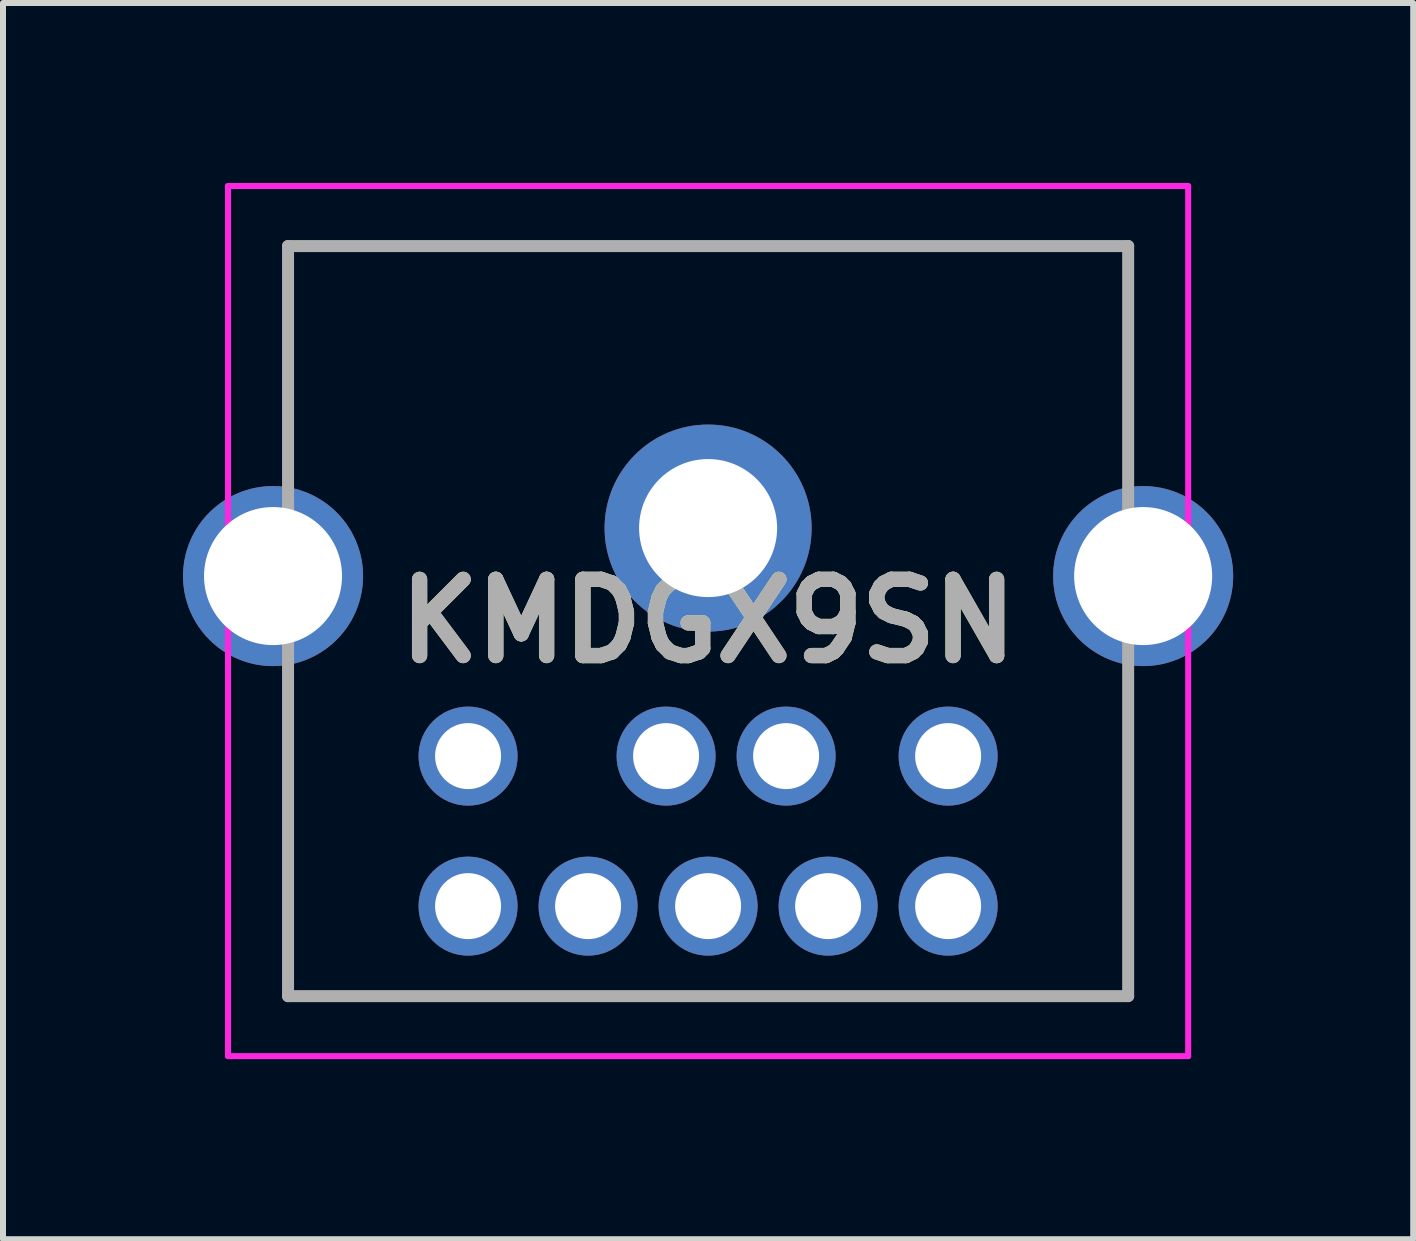
<source format=kicad_pcb>
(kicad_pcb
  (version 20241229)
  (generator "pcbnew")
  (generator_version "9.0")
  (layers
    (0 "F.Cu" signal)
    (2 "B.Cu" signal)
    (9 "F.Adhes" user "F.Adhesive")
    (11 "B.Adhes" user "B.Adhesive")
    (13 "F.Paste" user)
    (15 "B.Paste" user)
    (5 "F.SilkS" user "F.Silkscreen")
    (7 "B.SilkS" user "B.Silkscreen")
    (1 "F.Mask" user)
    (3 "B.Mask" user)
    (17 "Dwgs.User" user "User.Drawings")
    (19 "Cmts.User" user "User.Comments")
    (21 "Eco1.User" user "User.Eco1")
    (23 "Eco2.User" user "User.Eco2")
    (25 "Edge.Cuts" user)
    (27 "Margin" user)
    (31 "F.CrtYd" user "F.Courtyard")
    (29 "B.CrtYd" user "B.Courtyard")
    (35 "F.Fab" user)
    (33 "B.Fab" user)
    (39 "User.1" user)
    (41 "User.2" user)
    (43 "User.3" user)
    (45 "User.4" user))
  (footprint "KMDGX9SN"
    (layer "F.Cu")
    (at 4.75 12.05)
    (property "Reference" "KMDGX9SN" (at 4 -4.75 0) (layer "F.SilkS") (effects (font (size 1.27 1.27) (thickness 0.254))))
    (attr through_hole)
    (fp_line (start -3 -11) (end 11 -11) (stroke (width 0.1) (type solid)) (layer "F.SilkS"))
    (fp_line (start -3 1.5) (end -3 -11) (stroke (width 0.1) (type solid)) (layer "F.SilkS"))
    (fp_line (start 11 -11) (end 11 1.5) (stroke (width 0.1) (type solid)) (layer "F.SilkS"))
    (fp_line (start 11 1.5) (end -3 1.5) (stroke (width 0.1) (type solid)) (layer "F.SilkS"))
    (fp_line (start -4 -12) (end 12 -12) (stroke (width 0.1) (type solid)) (layer "F.CrtYd"))
    (fp_line (start -4 2.5) (end -4 -12) (stroke (width 0.1) (type solid)) (layer "F.CrtYd"))
    (fp_line (start 12 -12) (end 12 2.5) (stroke (width 0.1) (type solid)) (layer "F.CrtYd"))
    (fp_line (start 12 2.5) (end -4 2.5) (stroke (width 0.1) (type solid)) (layer "F.CrtYd"))
    (fp_line (start -3 -11) (end 11 -11) (stroke (width 0.2) (type solid)) (layer "F.Fab"))
    (fp_line (start -3 1.5) (end -3 -11) (stroke (width 0.2) (type solid)) (layer "F.Fab"))
    (fp_line (start 11 -11) (end 11 1.5) (stroke (width 0.2) (type solid)) (layer "F.Fab"))
    (fp_line (start 11 1.5) (end -3 1.5) (stroke (width 0.2) (type solid)) (layer "F.Fab"))
    (fp_text user "${REFERENCE}" (at 4 -4.75 0) (layer "F.Fab") (effects (font (size 1.27 1.27) (thickness 0.254))))
    (pad "1" thru_hole circle (at 5.3 -2.5) (size 1.65 1.65) (drill 1.1) (layers "*.Cu" "*.Mask"))
    (pad "2" thru_hole circle (at 3.3 -2.5) (size 1.65 1.65) (drill 1.1) (layers "*.Cu" "*.Mask"))
    (pad "3" thru_hole circle (at 8 -2.5) (size 1.65 1.65) (drill 1.1) (layers "*.Cu" "*.Mask"))
    (pad "4" thru_hole circle (at 6 0) (size 1.65 1.65) (drill 1.1) (layers "*.Cu" "*.Mask"))
    (pad "5" thru_hole circle (at 4 0) (size 1.65 1.65) (drill 1.1) (layers "*.Cu" "*.Mask"))
    (pad "6" thru_hole circle (at 0 -2.5) (size 1.65 1.65) (drill 1.1) (layers "*.Cu" "*.Mask"))
    (pad "7" thru_hole circle (at 8 0) (size 1.65 1.65) (drill 1.1) (layers "*.Cu" "*.Mask"))
    (pad "8" thru_hole circle (at 2 0) (size 1.65 1.65) (drill 1.1) (layers "*.Cu" "*.Mask"))
    (pad "9" thru_hole circle (at 0 0) (size 1.65 1.65) (drill 1.1) (layers "*.Cu" "*.Mask"))
    (pad "GND" thru_hole circle (at -3.25 -5.5) (size 3 3) (drill 2.3) (layers "*.Cu" "*.Mask"))
    (pad "GND" thru_hole circle (at 4 -6.3) (size 3.45 3.45) (drill 2.3) (layers "*.Cu" "*.Mask"))
    (pad "GND" thru_hole circle (at 11.25 -5.5) (size 3 3) (drill 2.3) (layers "*.Cu" "*.Mask")))
  (gr_rect
    (start -3 -3)
    (end 20.5 17.6)
    (stroke (width 0.1) (type default))
    (fill no)
    (layer "Edge.Cuts")))
</source>
